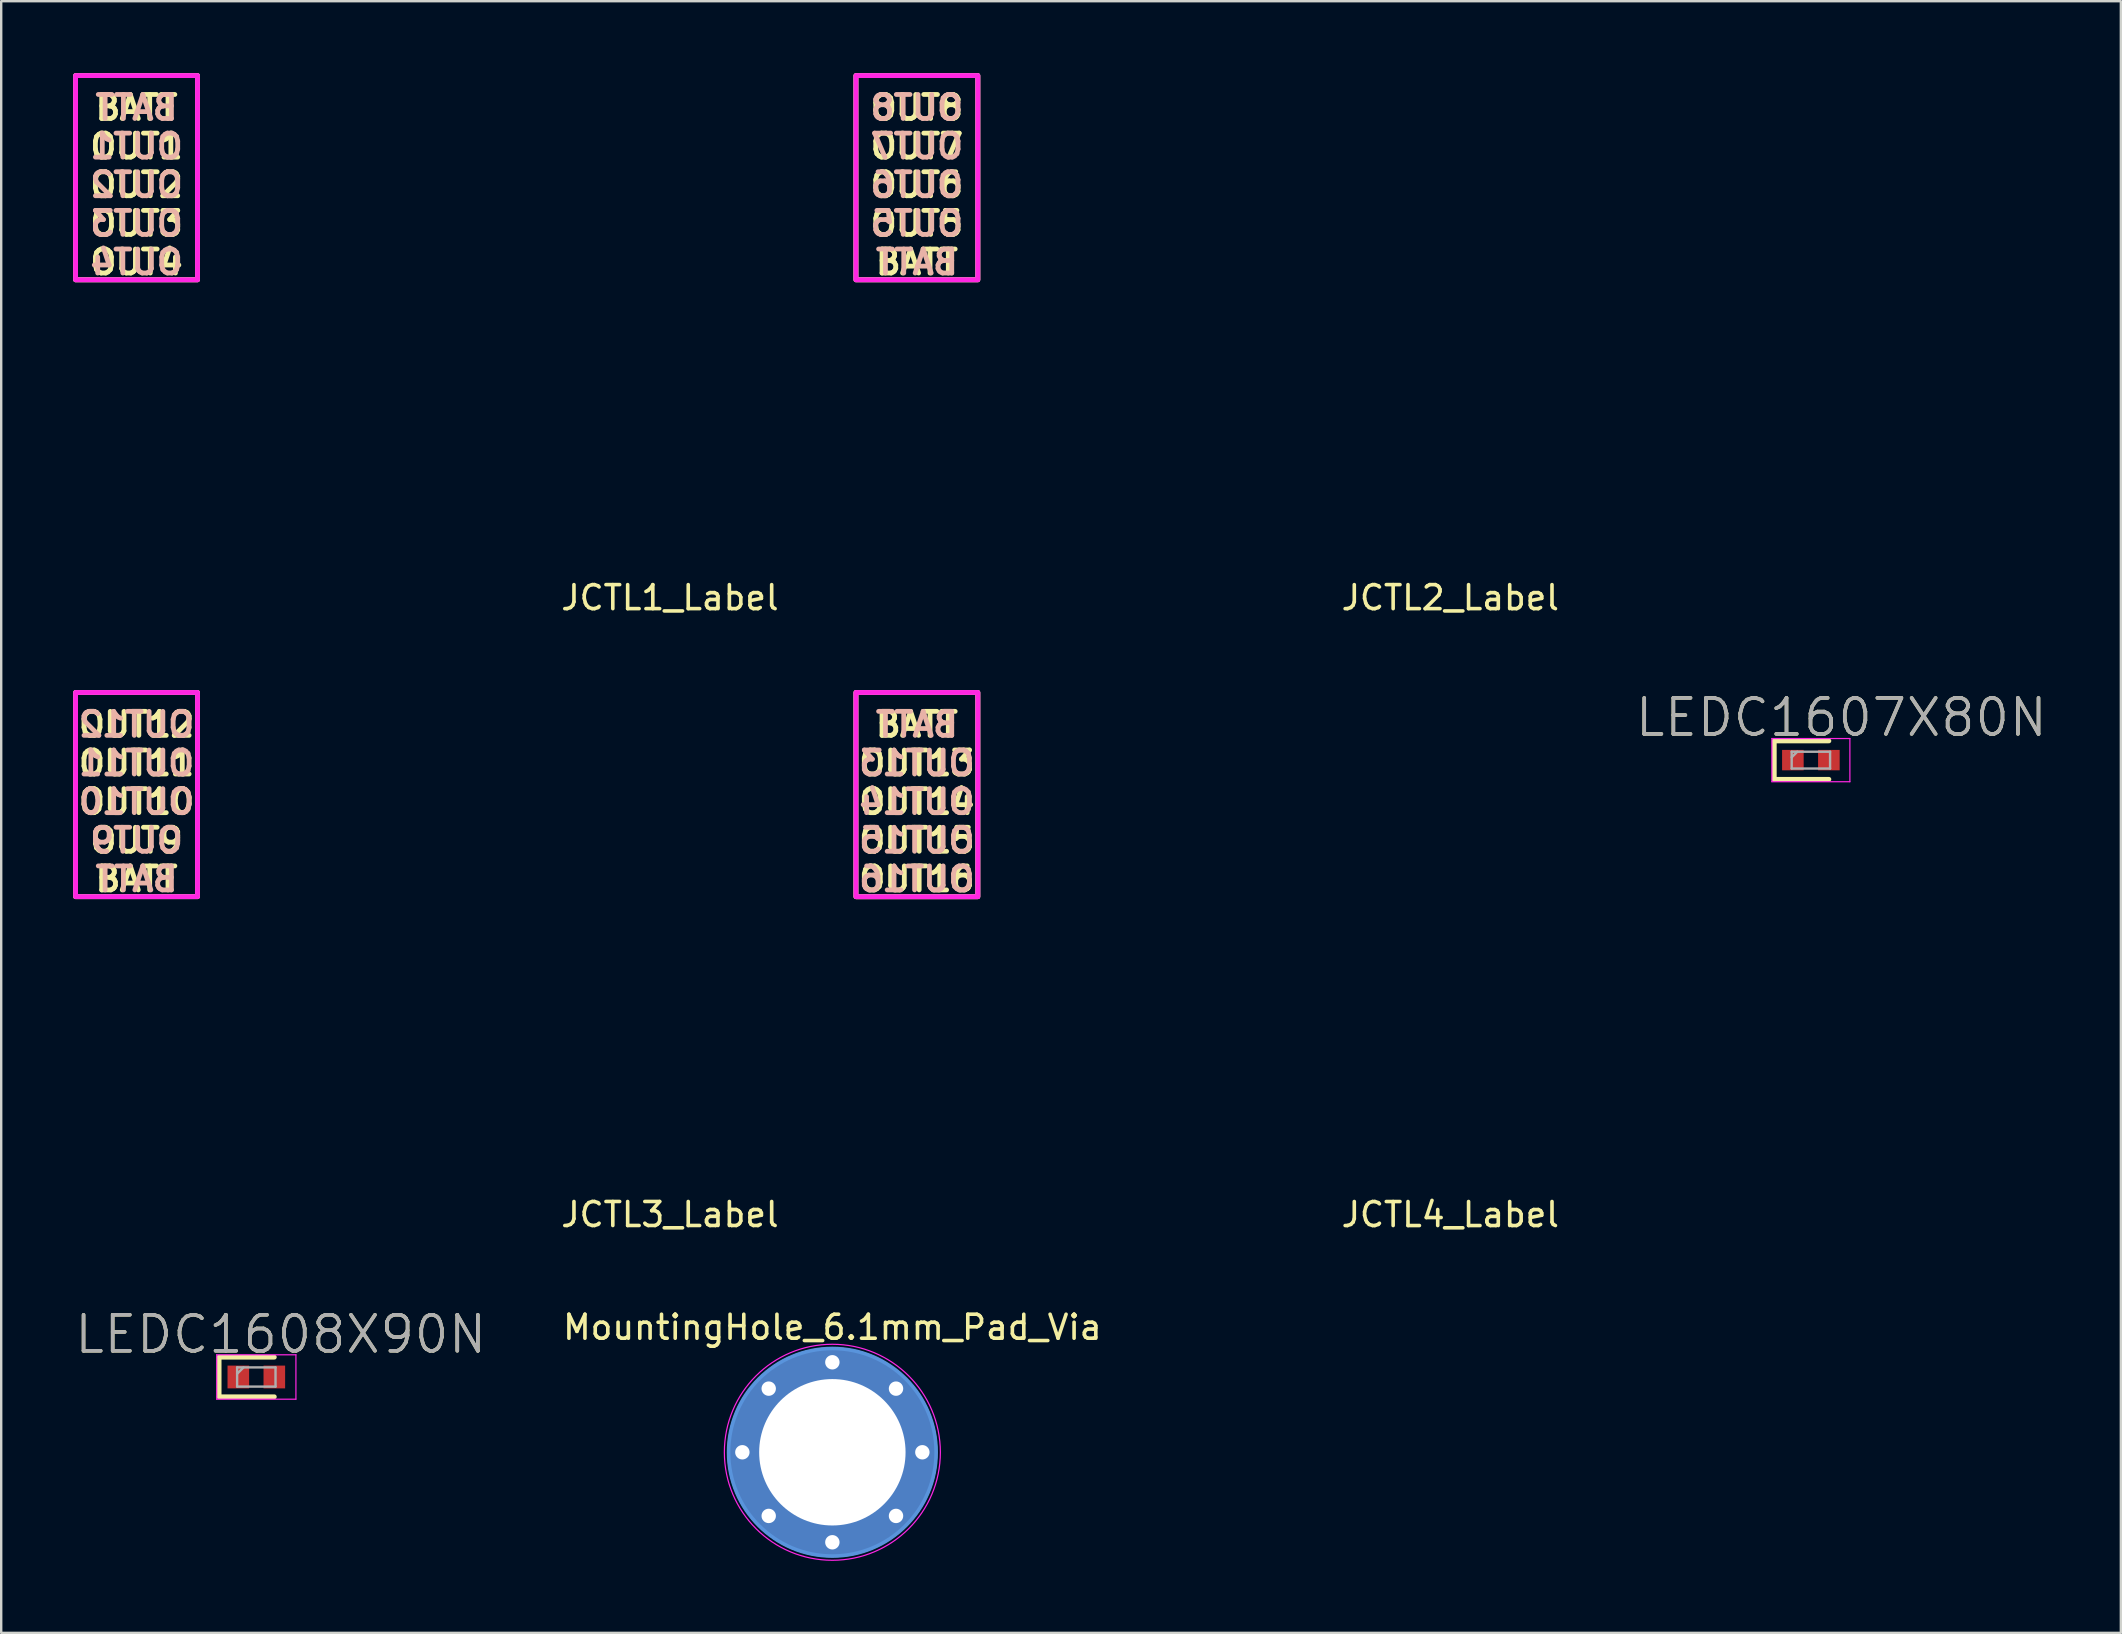
<source format=kicad_pcb>
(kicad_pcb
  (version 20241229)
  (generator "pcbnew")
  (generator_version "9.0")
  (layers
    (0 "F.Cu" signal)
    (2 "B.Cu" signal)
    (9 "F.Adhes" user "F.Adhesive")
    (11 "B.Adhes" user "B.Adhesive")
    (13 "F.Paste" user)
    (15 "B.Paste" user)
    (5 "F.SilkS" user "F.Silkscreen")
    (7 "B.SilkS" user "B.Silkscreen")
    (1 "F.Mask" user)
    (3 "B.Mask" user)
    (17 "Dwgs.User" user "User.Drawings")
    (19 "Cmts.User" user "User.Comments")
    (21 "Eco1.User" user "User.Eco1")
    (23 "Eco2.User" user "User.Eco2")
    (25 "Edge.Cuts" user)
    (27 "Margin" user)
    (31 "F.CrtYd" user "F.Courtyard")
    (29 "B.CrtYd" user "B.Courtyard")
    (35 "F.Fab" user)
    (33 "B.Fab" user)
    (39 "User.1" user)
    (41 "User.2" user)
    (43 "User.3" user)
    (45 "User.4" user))
  (footprint "LEDC1607X80N"
    (layer "F.Cu")
    (at 72.404 28.622)
    (property "Reference" "LEDC1607X80N" (at 1.27 -1.778 0) (layer "F.SilkS") (effects (font (size 1.5 1.5) (thickness 0.15))))
    (attr smd)
    (fp_line (start -1.525 -0.8) (end -1.525 0.8) (stroke (width 0.2) (type solid)) (layer "F.SilkS"))
    (fp_line (start -1.525 0.8) (end 0.75 0.8) (stroke (width 0.2) (type solid)) (layer "F.SilkS"))
    (fp_line (start 0.75 -0.8) (end -1.525 -0.8) (stroke (width 0.2) (type solid)) (layer "F.SilkS"))
    (fp_line (start -1.625 -0.9) (end 1.625 -0.9) (stroke (width 0.05) (type solid)) (layer "F.CrtYd"))
    (fp_line (start -1.625 0.9) (end -1.625 -0.9) (stroke (width 0.05) (type solid)) (layer "F.CrtYd"))
    (fp_line (start 1.625 -0.9) (end 1.625 0.9) (stroke (width 0.05) (type solid)) (layer "F.CrtYd"))
    (fp_line (start 1.625 0.9) (end -1.625 0.9) (stroke (width 0.05) (type solid)) (layer "F.CrtYd"))
    (fp_line (start -0.8 -0.35) (end 0.8 -0.35) (stroke (width 0.1) (type solid)) (layer "F.Fab"))
    (fp_line (start -0.8 -0.117) (end -0.567 -0.35) (stroke (width 0.1) (type solid)) (layer "F.Fab"))
    (fp_line (start -0.8 0.35) (end -0.8 -0.35) (stroke (width 0.1) (type solid)) (layer "F.Fab"))
    (fp_line (start 0.8 -0.35) (end 0.8 0.35) (stroke (width 0.1) (type solid)) (layer "F.Fab"))
    (fp_line (start 0.8 0.35) (end -0.8 0.35) (stroke (width 0.1) (type solid)) (layer "F.Fab"))
    (fp_text user "${REFERENCE}" (at 1.27 -1.778 0) (layer "F.Fab") (effects (font (size 1.5 1.5) (thickness 0.15))))
    (pad "1" smd rect (at -0.75 0 90) (size 0.85 0.9) (layers "F.Cu" "F.Mask" "F.Paste"))
    (pad "2" smd rect (at 0.75 0 90) (size 0.85 0.9) (layers "F.Cu" "F.Mask" "F.Paste")))
  (footprint "JCTL2_Label"
    (layer "F.Cu")
    (at 35.154 4.354)
    (property "Reference" "JCTL2_Label" (at 22.225 17.501 0) (unlocked yes) (layer "F.SilkS") (effects (font (size 1 1) (thickness 0.15))))
    (attr board_only exclude_from_pos_files exclude_from_bom)
    (fp_rect (start -2.54 -4.255) (end 2.54 4.255) (stroke (width 0.2) (type default)) (fill no) (layer "F.CrtYd"))
    (fp_text_box "OUT8\nOUT7\nOUT6\nOUT5\nBATT" (start -2.54 -4.255) (end 2.54 4.255) (margins 0.85 0.85 0.85 0.85) (layer "F.SilkS") (effects (font (size 1 1) (thickness 0.2) (bold yes)) (justify top)) (border yes) (stroke (width 0.2) (type solid)))
    (fp_text_box "OUT8\nOUT7\nOUT6\nOUT5\nBATT" (start -2.54 -4.255) (end 2.54 4.255) (margins 0.85 0.85 0.85 0.85) (layer "B.SilkS") (effects (font (size 1 1) (thickness 0.2) (bold yes)) (justify top mirror)) (border yes) (stroke (width 0.2) (type solid))))
  (footprint "JCTL1_Label"
    (layer "F.Cu")
    (at 2.64 4.354)
    (property "Reference" "JCTL1_Label" (at 22.225 17.501 0) (unlocked yes) (layer "F.SilkS") (effects (font (size 1 1) (thickness 0.15))))
    (attr board_only exclude_from_pos_files exclude_from_bom)
    (fp_rect (start -2.54 -4.255) (end 2.54 4.255) (stroke (width 0.2) (type solid)) (fill no) (layer "F.CrtYd"))
    (fp_text_box "BATT\nOUT1\nOUT2\nOUT3\nOUT4" (start -2.54 -4.255) (end 2.54 4.255) (margins 0.85 0.85 0.85 0.85) (layer "F.SilkS") (effects (font (size 1 1) (thickness 0.2) (bold yes)) (justify top)) (border yes) (stroke (width 0.2) (type solid)))
    (fp_text_box "BATT\nOUT1\nOUT2\nOUT3\nOUT4" (start -2.54 -4.255) (end 2.54 4.255) (margins 0.85 0.85 0.85 0.85) (layer "B.SilkS") (effects (font (size 1 1) (thickness 0.2) (bold yes)) (justify top mirror)) (border yes) (stroke (width 0.2) (type solid))))
  (footprint "LEDC1608X90N"
    (layer "F.Cu")
    (at 7.63 54.325)
    (property "Reference" "LEDC1608X90N" (at 1.016 -1.778 0) (layer "F.SilkS") (effects (font (size 1.5 1.5) (thickness 0.15))))
    (attr smd)
    (fp_line (start -1.55 -0.825) (end -1.55 0.825) (stroke (width 0.2) (type solid)) (layer "F.SilkS"))
    (fp_line (start -1.55 0.825) (end 0.75 0.825) (stroke (width 0.2) (type solid)) (layer "F.SilkS"))
    (fp_line (start 0.75 -0.825) (end -1.55 -0.825) (stroke (width 0.2) (type solid)) (layer "F.SilkS"))
    (fp_line (start -1.65 -0.925) (end 1.65 -0.925) (stroke (width 0.05) (type solid)) (layer "F.CrtYd"))
    (fp_line (start -1.65 0.925) (end -1.65 -0.925) (stroke (width 0.05) (type solid)) (layer "F.CrtYd"))
    (fp_line (start 1.65 -0.925) (end 1.65 0.925) (stroke (width 0.05) (type solid)) (layer "F.CrtYd"))
    (fp_line (start 1.65 0.925) (end -1.65 0.925) (stroke (width 0.05) (type solid)) (layer "F.CrtYd"))
    (fp_line (start -0.8 -0.4) (end 0.8 -0.4) (stroke (width 0.1) (type solid)) (layer "F.Fab"))
    (fp_line (start -0.8 -0.133) (end -0.533 -0.4) (stroke (width 0.1) (type solid)) (layer "F.Fab"))
    (fp_line (start -0.8 0.4) (end -0.8 -0.4) (stroke (width 0.1) (type solid)) (layer "F.Fab"))
    (fp_line (start 0.8 -0.4) (end 0.8 0.4) (stroke (width 0.1) (type solid)) (layer "F.Fab"))
    (fp_line (start 0.8 0.4) (end -0.8 0.4) (stroke (width 0.1) (type solid)) (layer "F.Fab"))
    (fp_text user "${REFERENCE}" (at 1.016 -1.778 0) (layer "F.Fab") (effects (font (size 1.5 1.5) (thickness 0.15))))
    (pad "1" smd rect (at -0.75 0) (size 0.9 0.95) (layers "F.Cu" "F.Mask" "F.Paste"))
    (pad "2" smd rect (at 0.75 0) (size 0.9 0.95) (layers "F.Cu" "F.Mask" "F.Paste")))
  (footprint "JCTL4_Label"
    (layer "F.Cu")
    (at 35.154 30.058)
    (property "Reference" "JCTL4_Label" (at 22.225 17.501 0) (unlocked yes) (layer "F.SilkS") (effects (font (size 1 1) (thickness 0.15))))
    (attr board_only exclude_from_pos_files exclude_from_bom)
    (fp_rect (start -2.54 -4.255) (end 2.54 4.255) (stroke (width 0.2) (type solid)) (fill no) (layer "F.CrtYd"))
    (fp_text_box "BATT\nOUT13\nOUT14\nOUT15\nOUT16" (start -2.54 -4.255) (end 2.54 4.255) (margins 0.85 0.85 0.85 0.85) (layer "F.SilkS") (effects (font (size 1 1) (thickness 0.2) (bold yes)) (justify top)) (border yes) (stroke (width 0.2) (type solid)))
    (fp_text_box "BATT\nOUT13\nOUT14\nOUT15\nOUT16" (start -2.54 -4.255) (end 2.54 4.255) (margins 0.85 0.85 0.85 0.85) (layer "B.SilkS") (effects (font (size 1 1) (thickness 0.2) (bold yes)) (justify top mirror)) (border yes) (stroke (width 0.2) (type solid))))
  (footprint "MountingHole_6.1mm_Pad_Via"
    (layer "F.Cu")
    (at 31.632 57.462)
    (property "Reference" "MountingHole_6.1mm_Pad_Via" (at 0 -5.207 0) (layer "F.SilkS") (effects (font (size 1 1) (thickness 0.15))))
    (attr through_hole exclude_from_pos_files exclude_from_bom)
    (fp_circle (center 0 0) (end 4.325 0) (stroke (width 0.15) (type solid)) (fill no) (layer "Cmts.User"))
    (fp_circle (center 0 0) (end 4.5 0) (stroke (width 0.05) (type solid)) (fill no) (layer "F.CrtYd"))
    (pad "1" thru_hole circle (at -3.75 0) (size 0.9 0.9) (drill 0.6) (layers "*.Cu" "*.Mask"))
    (pad "1" thru_hole circle (at -2.652 -2.652) (size 0.9 0.9) (drill 0.6) (layers "*.Cu" "*.Mask"))
    (pad "1" thru_hole circle (at -2.652 2.652) (size 0.9 0.9) (drill 0.6) (layers "*.Cu" "*.Mask"))
    (pad "1" thru_hole circle (at 0 -3.75) (size 0.9 0.9) (drill 0.6) (layers "*.Cu" "*.Mask"))
    (pad "1" thru_hole circle (at 0 0) (size 8.75 8.75) (drill 6.1) (layers "*.Cu" "*.Mask"))
    (pad "1" thru_hole circle (at 0 3.75) (size 0.9 0.9) (drill 0.6) (layers "*.Cu" "*.Mask"))
    (pad "1" thru_hole circle (at 2.652 -2.652) (size 0.9 0.9) (drill 0.6) (layers "*.Cu" "*.Mask"))
    (pad "1" thru_hole circle (at 2.652 2.652) (size 0.9 0.9) (drill 0.6) (layers "*.Cu" "*.Mask"))
    (pad "1" thru_hole circle (at 3.75 0) (size 0.9 0.9) (drill 0.6) (layers "*.Cu" "*.Mask")))
  (footprint "JCTL3_Label"
    (layer "F.Cu")
    (at 2.818 30.159)
    (property "Reference" "JCTL3_Label" (at 22.047 17.399 0) (unlocked yes) (layer "F.SilkS") (effects (font (size 1 1) (thickness 0.15))))
    (attr board_only exclude_from_pos_files exclude_from_bom)
    (fp_rect (start -2.718 -4.356) (end 2.362 4.153) (stroke (width 0.2) (type solid)) (fill no) (layer "F.CrtYd"))
    (fp_text_box "OUT12\nOUT11\nOUT10\nOUT9\nBATT" (start -2.718 -4.356) (end 2.362 4.153) (margins 0.85 0.85 0.85 0.85) (layer "F.SilkS") (effects (font (size 1 1) (thickness 0.2) (bold yes)) (justify top)) (border yes) (stroke (width 0.2) (type solid)))
    (fp_text_box "OUT12\nOUT11\nOUT10\nOUT9\nBATT" (start -2.718 -4.356) (end 2.362 4.153) (margins 0.85 0.85 0.85 0.85) (layer "B.SilkS") (effects (font (size 1 1) (thickness 0.2) (bold yes)) (justify top mirror)) (border yes) (stroke (width 0.2) (type solid))))
  (gr_rect
    (start -3 -3)
    (end 85.32 64.987)
    (stroke (width 0.1) (type default))
    (fill no)
    (layer "Edge.Cuts")))
</source>
